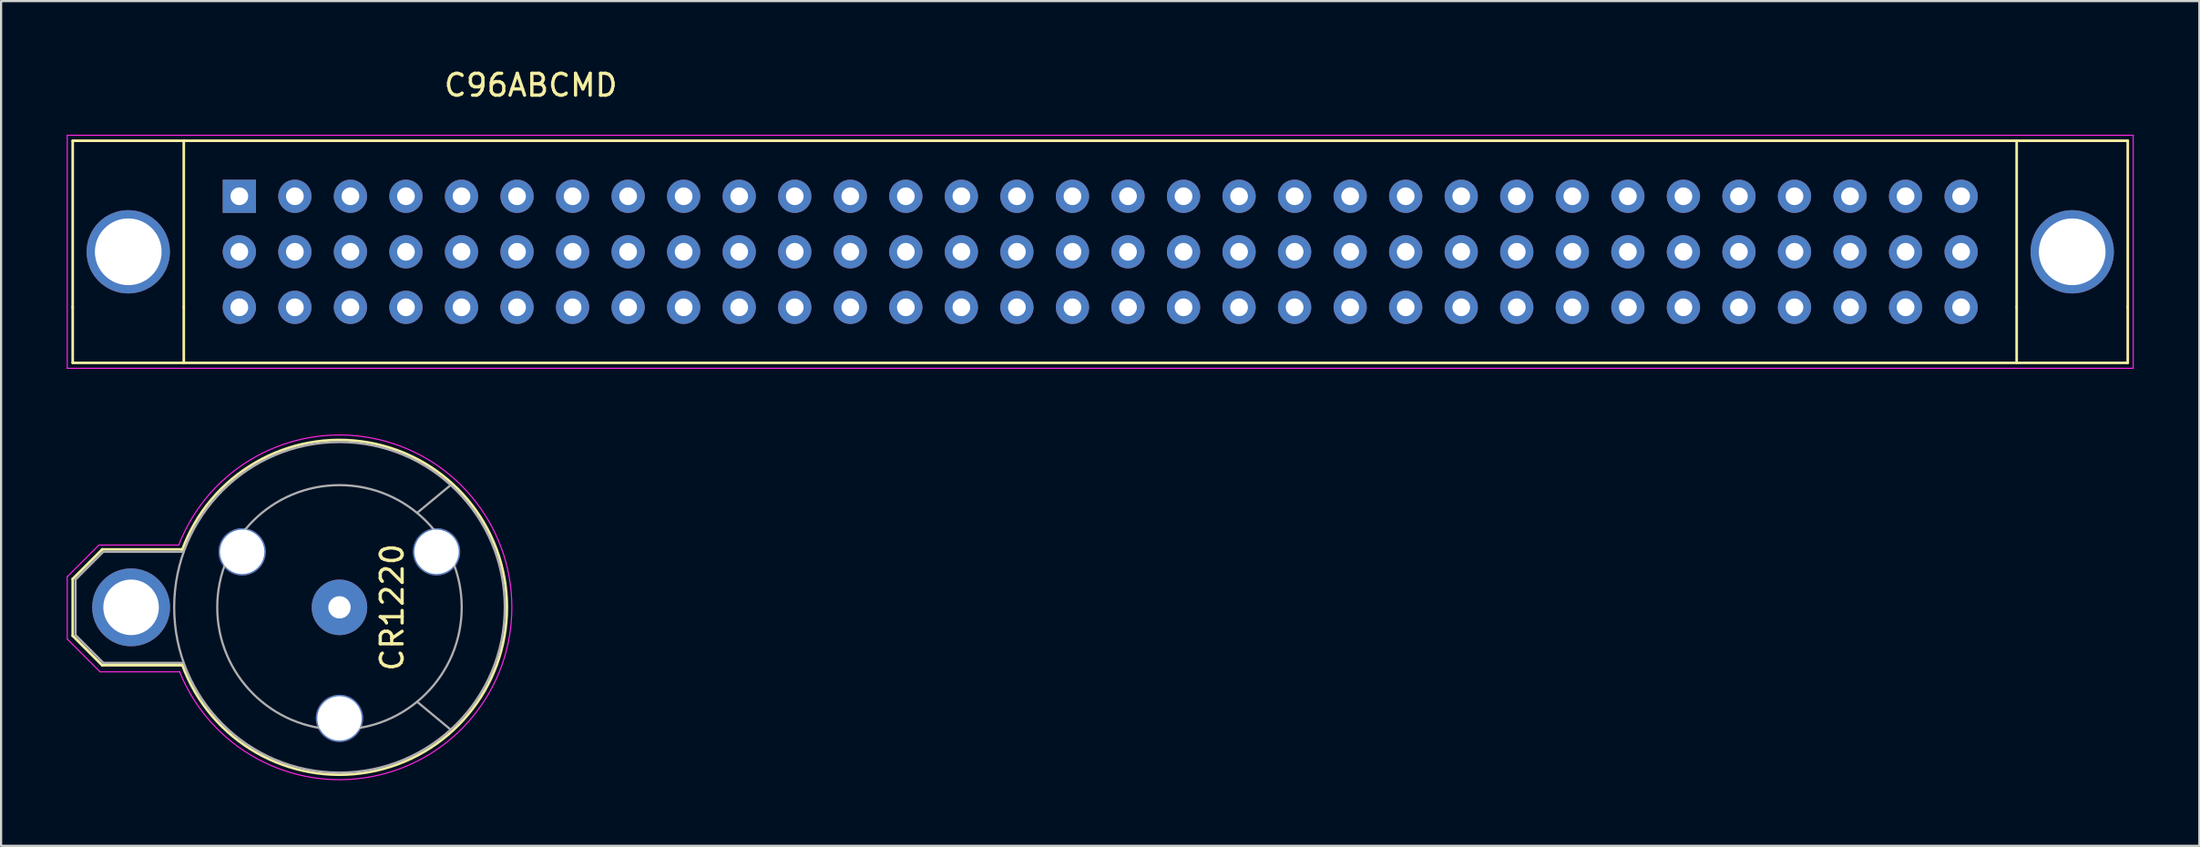
<source format=kicad_pcb>
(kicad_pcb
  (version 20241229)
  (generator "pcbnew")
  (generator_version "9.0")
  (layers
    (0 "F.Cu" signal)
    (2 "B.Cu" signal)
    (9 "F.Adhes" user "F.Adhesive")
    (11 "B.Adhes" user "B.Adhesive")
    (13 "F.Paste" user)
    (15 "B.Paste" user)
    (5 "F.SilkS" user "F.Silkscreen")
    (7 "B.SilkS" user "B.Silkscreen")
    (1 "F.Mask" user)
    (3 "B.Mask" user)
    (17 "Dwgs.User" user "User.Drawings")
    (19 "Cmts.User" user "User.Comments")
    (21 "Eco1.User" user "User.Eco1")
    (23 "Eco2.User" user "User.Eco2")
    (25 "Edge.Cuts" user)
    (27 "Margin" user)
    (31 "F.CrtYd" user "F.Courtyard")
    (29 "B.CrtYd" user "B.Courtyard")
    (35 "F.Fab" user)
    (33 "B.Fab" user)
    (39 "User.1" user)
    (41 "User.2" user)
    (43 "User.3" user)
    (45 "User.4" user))
  (footprint "CR1220"
    (layer "F.Cu")
    (at 2.945 24.731)
    (property "Reference" "CR1220" (at 11.94 0 90) (layer "F.SilkS") (effects (font (size 1 1) (thickness 0.15))))
    (attr through_hole)
    (fp_line (start -2.67 -1.3) (end -1.32 -2.65) (stroke (width 0.12) (type solid)) (layer "F.SilkS"))
    (fp_line (start -2.67 1.3) (end -2.67 -1.3) (stroke (width 0.12) (type solid)) (layer "F.SilkS"))
    (fp_line (start -1.32 -2.65) (end 2.33 -2.65) (stroke (width 0.12) (type solid)) (layer "F.SilkS"))
    (fp_line (start -1.32 2.65) (end -2.67 1.3) (stroke (width 0.12) (type solid)) (layer "F.SilkS"))
    (fp_line (start 2.33 2.65) (end -1.32 2.65) (stroke (width 0.12) (type solid)) (layer "F.SilkS"))
    (fp_arc (start 2.33 -2.6) (mid 17.185039 -0.019344) (end 2.343232 2.636355) (stroke (width 0.12) (type solid)) (layer "F.SilkS"))
    (fp_line (start -2.92 -1.4) (end -1.47 -2.85) (stroke (width 0.05) (type solid)) (layer "F.CrtYd"))
    (fp_line (start -2.92 1.45) (end -2.92 -1.4) (stroke (width 0.05) (type solid)) (layer "F.CrtYd"))
    (fp_line (start -1.47 -2.85) (end 2.18 -2.85) (stroke (width 0.05) (type solid)) (layer "F.CrtYd"))
    (fp_line (start -1.42 2.95) (end -2.92 1.45) (stroke (width 0.05) (type solid)) (layer "F.CrtYd"))
    (fp_line (start 2.23 2.95) (end -1.42 2.95) (stroke (width 0.05) (type solid)) (layer "F.CrtYd"))
    (fp_arc (start 2.18 -2.85) (mid 17.413098 -0.042094) (end 2.210855 2.92833) (stroke (width 0.05) (type solid)) (layer "F.CrtYd"))
    (fp_line (start -2.54 -1.27) (end -1.27 -2.54) (stroke (width 0.1) (type solid)) (layer "F.Fab"))
    (fp_line (start -2.54 1.27) (end -2.54 -1.27) (stroke (width 0.1) (type solid)) (layer "F.Fab"))
    (fp_line (start -1.27 -2.54) (end 2.41 -2.54) (stroke (width 0.1) (type solid)) (layer "F.Fab"))
    (fp_line (start -1.27 2.54) (end -2.54 1.27) (stroke (width 0.1) (type solid)) (layer "F.Fab"))
    (fp_line (start -1.27 2.54) (end 2.41 2.54) (stroke (width 0.1) (type solid)) (layer "F.Fab"))
    (fp_line (start 13.08 -4.32) (end 14.61 -5.59) (stroke (width 0.1) (type solid)) (layer "F.Fab"))
    (fp_line (start 13.08 4.32) (end 14.61 5.59) (stroke (width 0.1) (type solid)) (layer "F.Fab"))
    (fp_circle (center 9.53 0) (end 2.41 2.54) (stroke (width 0.1) (type solid)) (fill no) (layer "F.Fab"))
    (fp_circle (center 9.53 0) (end 3.94 0) (stroke (width 0.1) (type solid)) (fill no) (layer "F.Fab"))
    (pad "" thru_hole circle (at 5.08 -2.54) (size 2.16 2.16) (drill 2.03) (layers "*.Cu" "*.Mask"))
    (pad "" thru_hole circle (at 9.53 5.08) (size 2.16 2.16) (drill 2.03) (layers "*.Cu" "*.Mask"))
    (pad "" thru_hole circle (at 13.97 -2.54) (size 2.16 2.16) (drill 2.03) (layers "*.Cu" "*.Mask"))
    (pad "1" thru_hole circle (at 0 0) (size 3.56 3.56) (drill 2.54) (layers "*.Cu" "*.Mask"))
    (pad "2" thru_hole circle (at 9.53 0) (size 2.54 2.54) (drill 1.02) (layers "*.Cu" "*.Mask")))
  (footprint "C96ABCMD"
    (layer "F.Cu")
    (at 7.895 5.928)
    (property "Reference" "C96ABCMD" (at 13.33 -5.08 0) (layer "F.SilkS") (effects (font (size 1 1) (thickness 0.15))))
    (attr through_hole)
    (fp_line (start -7.62 -2.54) (end 86.36 -2.54) (stroke (width 0.12) (type solid)) (layer "F.SilkS"))
    (fp_line (start -7.62 5.08) (end -7.62 -2.54) (stroke (width 0.12) (type solid)) (layer "F.SilkS"))
    (fp_line (start -7.62 5.08) (end -7.62 7.62) (stroke (width 0.12) (type solid)) (layer "F.SilkS"))
    (fp_line (start -7.62 7.62) (end 86.36 7.62) (stroke (width 0.12) (type solid)) (layer "F.SilkS"))
    (fp_line (start -2.54 5.08) (end -2.54 -2.54) (stroke (width 0.12) (type solid)) (layer "F.SilkS"))
    (fp_line (start -2.54 5.08) (end -2.54 7.62) (stroke (width 0.12) (type solid)) (layer "F.SilkS"))
    (fp_line (start 81.28 5.08) (end 81.28 -2.54) (stroke (width 0.12) (type solid)) (layer "F.SilkS"))
    (fp_line (start 81.28 7.62) (end 81.28 5.08) (stroke (width 0.12) (type solid)) (layer "F.SilkS"))
    (fp_line (start 86.36 -2.54) (end 86.36 5.08) (stroke (width 0.12) (type solid)) (layer "F.SilkS"))
    (fp_line (start 86.36 7.62) (end 86.36 5.08) (stroke (width 0.12) (type solid)) (layer "F.SilkS"))
    (fp_line (start -7.87 -2.79) (end -7.87 7.87) (stroke (width 0.05) (type solid)) (layer "F.CrtYd"))
    (fp_line (start -7.87 -2.79) (end 86.61 -2.79) (stroke (width 0.05) (type solid)) (layer "F.CrtYd"))
    (fp_line (start 86.61 7.87) (end -7.87 7.87) (stroke (width 0.05) (type solid)) (layer "F.CrtYd"))
    (fp_line (start 86.61 7.87) (end 86.61 -2.79) (stroke (width 0.05) (type solid)) (layer "F.CrtYd"))
    (pad "65" thru_hole circle (at -5.08 2.54) (size 3.81 3.81) (drill 3.05) (layers "*.Cu" "*.Mask"))
    (pad "66" thru_hole circle (at 83.82 2.54) (size 3.81 3.81) (drill 3.05) (layers "*.Cu" "*.Mask"))
    (pad "A1" thru_hole rect (at 0 0) (size 1.52 1.52) (drill 0.81) (layers "*.Cu" "*.Mask"))
    (pad "A2" thru_hole circle (at 2.54 0) (size 1.52 1.52) (drill 0.81) (layers "*.Cu" "*.Mask"))
    (pad "A3" thru_hole circle (at 5.08 0) (size 1.52 1.52) (drill 0.81) (layers "*.Cu" "*.Mask"))
    (pad "A4" thru_hole circle (at 7.62 0) (size 1.52 1.52) (drill 0.81) (layers "*.Cu" "*.Mask"))
    (pad "A5" thru_hole circle (at 10.16 0) (size 1.52 1.52) (drill 0.81) (layers "*.Cu" "*.Mask"))
    (pad "A6" thru_hole circle (at 12.7 0) (size 1.52 1.52) (drill 0.81) (layers "*.Cu" "*.Mask"))
    (pad "A7" thru_hole circle (at 15.24 0) (size 1.52 1.52) (drill 0.81) (layers "*.Cu" "*.Mask"))
    (pad "A8" thru_hole circle (at 17.78 0) (size 1.52 1.52) (drill 0.81) (layers "*.Cu" "*.Mask"))
    (pad "A9" thru_hole circle (at 20.32 0) (size 1.52 1.52) (drill 0.81) (layers "*.Cu" "*.Mask"))
    (pad "A10" thru_hole circle (at 22.86 0) (size 1.52 1.52) (drill 0.81) (layers "*.Cu" "*.Mask"))
    (pad "A11" thru_hole circle (at 25.4 0) (size 1.52 1.52) (drill 0.81) (layers "*.Cu" "*.Mask"))
    (pad "A12" thru_hole circle (at 27.94 0) (size 1.52 1.52) (drill 0.81) (layers "*.Cu" "*.Mask"))
    (pad "A13" thru_hole circle (at 30.48 0) (size 1.52 1.52) (drill 0.81) (layers "*.Cu" "*.Mask"))
    (pad "A14" thru_hole circle (at 33.02 0) (size 1.52 1.52) (drill 0.81) (layers "*.Cu" "*.Mask"))
    (pad "A15" thru_hole circle (at 35.56 0) (size 1.52 1.52) (drill 0.81) (layers "*.Cu" "*.Mask"))
    (pad "A16" thru_hole circle (at 38.1 0) (size 1.52 1.52) (drill 0.81) (layers "*.Cu" "*.Mask"))
    (pad "A17" thru_hole circle (at 40.64 0) (size 1.52 1.52) (drill 0.81) (layers "*.Cu" "*.Mask"))
    (pad "A18" thru_hole circle (at 43.18 0) (size 1.52 1.52) (drill 0.81) (layers "*.Cu" "*.Mask"))
    (pad "A19" thru_hole circle (at 45.72 0) (size 1.52 1.52) (drill 0.81) (layers "*.Cu" "*.Mask"))
    (pad "A20" thru_hole circle (at 48.26 0) (size 1.52 1.52) (drill 0.81) (layers "*.Cu" "*.Mask"))
    (pad "A21" thru_hole circle (at 50.8 0) (size 1.52 1.52) (drill 0.81) (layers "*.Cu" "*.Mask"))
    (pad "A22" thru_hole circle (at 53.34 0) (size 1.52 1.52) (drill 0.81) (layers "*.Cu" "*.Mask"))
    (pad "A23" thru_hole circle (at 55.88 0) (size 1.52 1.52) (drill 0.81) (layers "*.Cu" "*.Mask"))
    (pad "A24" thru_hole circle (at 58.42 0) (size 1.52 1.52) (drill 0.81) (layers "*.Cu" "*.Mask"))
    (pad "A25" thru_hole circle (at 60.96 0) (size 1.52 1.52) (drill 0.81) (layers "*.Cu" "*.Mask"))
    (pad "A26" thru_hole circle (at 63.5 0) (size 1.52 1.52) (drill 0.81) (layers "*.Cu" "*.Mask"))
    (pad "A27" thru_hole circle (at 66.04 0) (size 1.52 1.52) (drill 0.81) (layers "*.Cu" "*.Mask"))
    (pad "A28" thru_hole circle (at 68.58 0) (size 1.52 1.52) (drill 0.81) (layers "*.Cu" "*.Mask"))
    (pad "A29" thru_hole circle (at 71.12 0) (size 1.52 1.52) (drill 0.81) (layers "*.Cu" "*.Mask"))
    (pad "A30" thru_hole circle (at 73.66 0) (size 1.52 1.52) (drill 0.81) (layers "*.Cu" "*.Mask"))
    (pad "A31" thru_hole circle (at 76.2 0) (size 1.52 1.52) (drill 0.81) (layers "*.Cu" "*.Mask"))
    (pad "A32" thru_hole circle (at 78.74 0) (size 1.52 1.52) (drill 0.81) (layers "*.Cu" "*.Mask"))
    (pad "B1" thru_hole circle (at 0 2.54) (size 1.52 1.52) (drill 0.81) (layers "*.Cu" "*.Mask"))
    (pad "B2" thru_hole circle (at 2.54 2.54) (size 1.52 1.52) (drill 0.81) (layers "*.Cu" "*.Mask"))
    (pad "B3" thru_hole circle (at 5.08 2.54) (size 1.52 1.52) (drill 0.81) (layers "*.Cu" "*.Mask"))
    (pad "B4" thru_hole circle (at 7.62 2.54) (size 1.52 1.52) (drill 0.81) (layers "*.Cu" "*.Mask"))
    (pad "B5" thru_hole circle (at 10.16 2.54) (size 1.52 1.52) (drill 0.81) (layers "*.Cu" "*.Mask"))
    (pad "B6" thru_hole circle (at 12.7 2.54) (size 1.52 1.52) (drill 0.81) (layers "*.Cu" "*.Mask"))
    (pad "B7" thru_hole circle (at 15.24 2.54) (size 1.52 1.52) (drill 0.81) (layers "*.Cu" "*.Mask"))
    (pad "B8" thru_hole circle (at 17.78 2.54) (size 1.52 1.52) (drill 0.81) (layers "*.Cu" "*.Mask"))
    (pad "B9" thru_hole circle (at 20.32 2.54) (size 1.52 1.52) (drill 0.81) (layers "*.Cu" "*.Mask"))
    (pad "B10" thru_hole circle (at 22.86 2.54) (size 1.52 1.52) (drill 0.81) (layers "*.Cu" "*.Mask"))
    (pad "B11" thru_hole circle (at 25.4 2.54) (size 1.52 1.52) (drill 0.81) (layers "*.Cu" "*.Mask"))
    (pad "B12" thru_hole circle (at 27.94 2.54) (size 1.52 1.52) (drill 0.81) (layers "*.Cu" "*.Mask"))
    (pad "B13" thru_hole circle (at 30.48 2.54) (size 1.52 1.52) (drill 0.81) (layers "*.Cu" "*.Mask"))
    (pad "B14" thru_hole circle (at 33.02 2.54) (size 1.52 1.52) (drill 0.81) (layers "*.Cu" "*.Mask"))
    (pad "B15" thru_hole circle (at 35.56 2.54) (size 1.52 1.52) (drill 0.81) (layers "*.Cu" "*.Mask"))
    (pad "B16" thru_hole circle (at 38.1 2.54) (size 1.52 1.52) (drill 0.81) (layers "*.Cu" "*.Mask"))
    (pad "B17" thru_hole circle (at 40.64 2.54) (size 1.52 1.52) (drill 0.81) (layers "*.Cu" "*.Mask"))
    (pad "B18" thru_hole circle (at 43.18 2.54) (size 1.52 1.52) (drill 0.81) (layers "*.Cu" "*.Mask"))
    (pad "B19" thru_hole circle (at 45.72 2.54) (size 1.52 1.52) (drill 0.81) (layers "*.Cu" "*.Mask"))
    (pad "B20" thru_hole circle (at 48.26 2.54) (size 1.52 1.52) (drill 0.81) (layers "*.Cu" "*.Mask"))
    (pad "B21" thru_hole circle (at 50.8 2.54) (size 1.52 1.52) (drill 0.81) (layers "*.Cu" "*.Mask"))
    (pad "B22" thru_hole circle (at 53.34 2.54) (size 1.52 1.52) (drill 0.81) (layers "*.Cu" "*.Mask"))
    (pad "B23" thru_hole circle (at 55.88 2.54) (size 1.52 1.52) (drill 0.81) (layers "*.Cu" "*.Mask"))
    (pad "B24" thru_hole circle (at 58.42 2.54) (size 1.52 1.52) (drill 0.81) (layers "*.Cu" "*.Mask"))
    (pad "B25" thru_hole circle (at 60.96 2.54) (size 1.52 1.52) (drill 0.81) (layers "*.Cu" "*.Mask"))
    (pad "B26" thru_hole circle (at 63.5 2.54) (size 1.52 1.52) (drill 0.81) (layers "*.Cu" "*.Mask"))
    (pad "B27" thru_hole circle (at 66.04 2.54) (size 1.52 1.52) (drill 0.81) (layers "*.Cu" "*.Mask"))
    (pad "B28" thru_hole circle (at 68.58 2.54) (size 1.52 1.52) (drill 0.81) (layers "*.Cu" "*.Mask"))
    (pad "B29" thru_hole circle (at 71.12 2.54) (size 1.52 1.52) (drill 0.81) (layers "*.Cu" "*.Mask"))
    (pad "B30" thru_hole circle (at 73.66 2.54) (size 1.52 1.52) (drill 0.81) (layers "*.Cu" "*.Mask"))
    (pad "B31" thru_hole circle (at 76.2 2.54) (size 1.52 1.52) (drill 0.81) (layers "*.Cu" "*.Mask"))
    (pad "B32" thru_hole circle (at 78.74 2.54) (size 1.52 1.52) (drill 0.81) (layers "*.Cu" "*.Mask"))
    (pad "C1" thru_hole circle (at 0 5.08) (size 1.52 1.52) (drill 0.81) (layers "*.Cu" "*.Mask"))
    (pad "C2" thru_hole circle (at 2.54 5.08) (size 1.52 1.52) (drill 0.81) (layers "*.Cu" "*.Mask"))
    (pad "C3" thru_hole circle (at 5.08 5.08) (size 1.52 1.52) (drill 0.81) (layers "*.Cu" "*.Mask"))
    (pad "C4" thru_hole circle (at 7.62 5.08) (size 1.52 1.52) (drill 0.81) (layers "*.Cu" "*.Mask"))
    (pad "C5" thru_hole circle (at 10.16 5.08) (size 1.52 1.52) (drill 0.81) (layers "*.Cu" "*.Mask"))
    (pad "C6" thru_hole circle (at 12.7 5.08) (size 1.52 1.52) (drill 0.81) (layers "*.Cu" "*.Mask"))
    (pad "C7" thru_hole circle (at 15.24 5.08) (size 1.52 1.52) (drill 0.81) (layers "*.Cu" "*.Mask"))
    (pad "C8" thru_hole circle (at 17.78 5.08) (size 1.52 1.52) (drill 0.81) (layers "*.Cu" "*.Mask"))
    (pad "C9" thru_hole circle (at 20.32 5.08) (size 1.52 1.52) (drill 0.81) (layers "*.Cu" "*.Mask"))
    (pad "C10" thru_hole circle (at 22.86 5.08) (size 1.52 1.52) (drill 0.81) (layers "*.Cu" "*.Mask"))
    (pad "C11" thru_hole circle (at 25.4 5.08) (size 1.52 1.52) (drill 0.81) (layers "*.Cu" "*.Mask"))
    (pad "C12" thru_hole circle (at 27.94 5.08) (size 1.52 1.52) (drill 0.81) (layers "*.Cu" "*.Mask"))
    (pad "C13" thru_hole circle (at 30.48 5.08) (size 1.52 1.52) (drill 0.81) (layers "*.Cu" "*.Mask"))
    (pad "C14" thru_hole circle (at 33.02 5.08) (size 1.52 1.52) (drill 0.81) (layers "*.Cu" "*.Mask"))
    (pad "C15" thru_hole circle (at 35.56 5.08) (size 1.52 1.52) (drill 0.81) (layers "*.Cu" "*.Mask"))
    (pad "C16" thru_hole circle (at 38.1 5.08) (size 1.52 1.52) (drill 0.81) (layers "*.Cu" "*.Mask"))
    (pad "C17" thru_hole circle (at 40.64 5.08) (size 1.52 1.52) (drill 0.81) (layers "*.Cu" "*.Mask"))
    (pad "C18" thru_hole circle (at 43.18 5.08) (size 1.52 1.52) (drill 0.81) (layers "*.Cu" "*.Mask"))
    (pad "C19" thru_hole circle (at 45.72 5.08) (size 1.52 1.52) (drill 0.81) (layers "*.Cu" "*.Mask"))
    (pad "C20" thru_hole circle (at 48.26 5.08) (size 1.52 1.52) (drill 0.81) (layers "*.Cu" "*.Mask"))
    (pad "C21" thru_hole circle (at 50.8 5.08) (size 1.52 1.52) (drill 0.81) (layers "*.Cu" "*.Mask"))
    (pad "C22" thru_hole circle (at 53.34 5.08) (size 1.52 1.52) (drill 0.81) (layers "*.Cu" "*.Mask"))
    (pad "C23" thru_hole circle (at 55.88 5.08) (size 1.52 1.52) (drill 0.81) (layers "*.Cu" "*.Mask"))
    (pad "C24" thru_hole circle (at 58.42 5.08) (size 1.52 1.52) (drill 0.81) (layers "*.Cu" "*.Mask"))
    (pad "C25" thru_hole circle (at 60.96 5.08) (size 1.52 1.52) (drill 0.81) (layers "*.Cu" "*.Mask"))
    (pad "C26" thru_hole circle (at 63.5 5.08) (size 1.52 1.52) (drill 0.81) (layers "*.Cu" "*.Mask"))
    (pad "C27" thru_hole circle (at 66.04 5.08) (size 1.52 1.52) (drill 0.81) (layers "*.Cu" "*.Mask"))
    (pad "C28" thru_hole circle (at 68.58 5.08) (size 1.52 1.52) (drill 0.81) (layers "*.Cu" "*.Mask"))
    (pad "C29" thru_hole circle (at 71.12 5.08) (size 1.52 1.52) (drill 0.81) (layers "*.Cu" "*.Mask"))
    (pad "C30" thru_hole circle (at 73.66 5.08) (size 1.52 1.52) (drill 0.81) (layers "*.Cu" "*.Mask"))
    (pad "C31" thru_hole circle (at 76.2 5.08) (size 1.52 1.52) (drill 0.81) (layers "*.Cu" "*.Mask"))
    (pad "C32" thru_hole circle (at 78.74 5.08) (size 1.52 1.52) (drill 0.81) (layers "*.Cu" "*.Mask")))
  (gr_rect
    (start -3 -3)
    (end 97.53 35.64)
    (stroke (width 0.1) (type default))
    (fill no)
    (layer "Edge.Cuts")))
</source>
